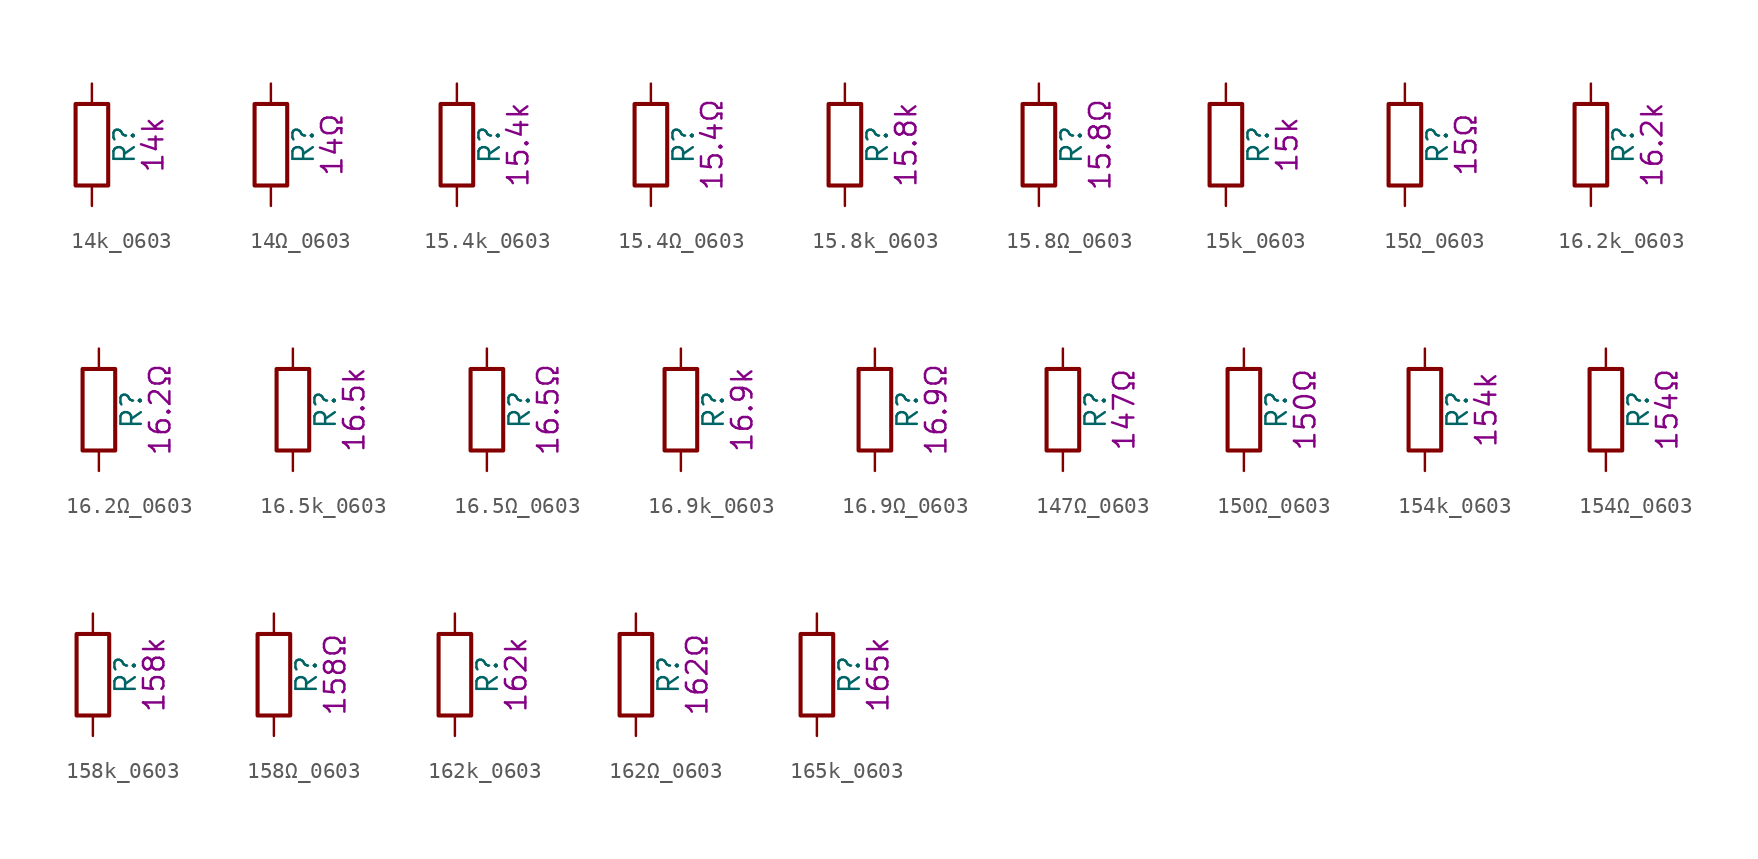
<source format=kicad_sym>
(kicad_symbol_lib
  (version 20211014)
  (generator kicad_symbol_editor)
  (symbol "14k_0603"
    (pin_numbers hide)
    (pin_names
      (offset 0))
    (property "Reference" "R"
      (at 2.032 0 90)
      (effects (font (size 1.27 1.27))))
    (property "Display" "14k"
      (at 3.81 0 90)
      (effects (font (size 1.27 1.27))))
    (symbol "14k_0603_0_1"
      (rectangle (start -1.016 -2.54) (end 1.016 2.54) (stroke (width 0.254) (type default) (color 0 0 0 0)) (fill (type none))))
    (symbol "14k_0603_1_1"
      (pin passive line (at 0 3.81 270) (length 1.27) (name "~" (effects (font (size 1.27 1.27)))) (number "1" (effects (font (size 1.27 1.27)))))
      (pin passive line (at 0 -3.81 90) (length 1.27) (name "~" (effects (font (size 1.27 1.27)))) (number "2" (effects (font (size 1.27 1.27)))))))
  (symbol "14Ω_0603"
    (pin_numbers hide)
    (pin_names
      (offset 0))
    (property "Reference" "R"
      (at 2.032 0 90)
      (effects (font (size 1.27 1.27))))
    (property "Display" "14Ω"
      (at 3.81 0 90)
      (effects (font (size 1.27 1.27))))
    (symbol "14Ω_0603_0_1"
      (rectangle (start -1.016 -2.54) (end 1.016 2.54) (stroke (width 0.254) (type default) (color 0 0 0 0)) (fill (type none))))
    (symbol "14Ω_0603_1_1"
      (pin passive line (at 0 3.81 270) (length 1.27) (name "~" (effects (font (size 1.27 1.27)))) (number "1" (effects (font (size 1.27 1.27)))))
      (pin passive line (at 0 -3.81 90) (length 1.27) (name "~" (effects (font (size 1.27 1.27)))) (number "2" (effects (font (size 1.27 1.27)))))))
  (symbol "15.4k_0603"
    (pin_numbers hide)
    (pin_names
      (offset 0))
    (property "Reference" "R"
      (at 2.032 0 90)
      (effects (font (size 1.27 1.27))))
    (property "Display" "15.4k"
      (at 3.81 0 90)
      (effects (font (size 1.27 1.27))))
    (symbol "15.4k_0603_0_1"
      (rectangle (start -1.016 -2.54) (end 1.016 2.54) (stroke (width 0.254) (type default) (color 0 0 0 0)) (fill (type none))))
    (symbol "15.4k_0603_1_1"
      (pin passive line (at 0 3.81 270) (length 1.27) (name "~" (effects (font (size 1.27 1.27)))) (number "1" (effects (font (size 1.27 1.27)))))
      (pin passive line (at 0 -3.81 90) (length 1.27) (name "~" (effects (font (size 1.27 1.27)))) (number "2" (effects (font (size 1.27 1.27)))))))
  (symbol "15.4Ω_0603"
    (pin_numbers hide)
    (pin_names
      (offset 0))
    (property "Reference" "R"
      (at 2.032 0 90)
      (effects (font (size 1.27 1.27))))
    (property "Display" "15.4Ω"
      (at 3.81 0 90)
      (effects (font (size 1.27 1.27))))
    (symbol "15.4Ω_0603_0_1"
      (rectangle (start -1.016 -2.54) (end 1.016 2.54) (stroke (width 0.254) (type default) (color 0 0 0 0)) (fill (type none))))
    (symbol "15.4Ω_0603_1_1"
      (pin passive line (at 0 3.81 270) (length 1.27) (name "~" (effects (font (size 1.27 1.27)))) (number "1" (effects (font (size 1.27 1.27)))))
      (pin passive line (at 0 -3.81 90) (length 1.27) (name "~" (effects (font (size 1.27 1.27)))) (number "2" (effects (font (size 1.27 1.27)))))))
  (symbol "15.8k_0603"
    (pin_numbers hide)
    (pin_names
      (offset 0))
    (property "Reference" "R"
      (at 2.032 0 90)
      (effects (font (size 1.27 1.27))))
    (property "Display" "15.8k"
      (at 3.81 0 90)
      (effects (font (size 1.27 1.27))))
    (symbol "15.8k_0603_0_1"
      (rectangle (start -1.016 -2.54) (end 1.016 2.54) (stroke (width 0.254) (type default) (color 0 0 0 0)) (fill (type none))))
    (symbol "15.8k_0603_1_1"
      (pin passive line (at 0 3.81 270) (length 1.27) (name "~" (effects (font (size 1.27 1.27)))) (number "1" (effects (font (size 1.27 1.27)))))
      (pin passive line (at 0 -3.81 90) (length 1.27) (name "~" (effects (font (size 1.27 1.27)))) (number "2" (effects (font (size 1.27 1.27)))))))
  (symbol "15.8Ω_0603"
    (pin_numbers hide)
    (pin_names
      (offset 0))
    (property "Reference" "R"
      (at 2.032 0 90)
      (effects (font (size 1.27 1.27))))
    (property "Display" "15.8Ω"
      (at 3.81 0 90)
      (effects (font (size 1.27 1.27))))
    (symbol "15.8Ω_0603_0_1"
      (rectangle (start -1.016 -2.54) (end 1.016 2.54) (stroke (width 0.254) (type default) (color 0 0 0 0)) (fill (type none))))
    (symbol "15.8Ω_0603_1_1"
      (pin passive line (at 0 3.81 270) (length 1.27) (name "~" (effects (font (size 1.27 1.27)))) (number "1" (effects (font (size 1.27 1.27)))))
      (pin passive line (at 0 -3.81 90) (length 1.27) (name "~" (effects (font (size 1.27 1.27)))) (number "2" (effects (font (size 1.27 1.27)))))))
  (symbol "15k_0603"
    (pin_numbers hide)
    (pin_names
      (offset 0))
    (property "Reference" "R"
      (at 2.032 0 90)
      (effects (font (size 1.27 1.27))))
    (property "Display" "15k"
      (at 3.81 0 90)
      (effects (font (size 1.27 1.27))))
    (symbol "15k_0603_0_1"
      (rectangle (start -1.016 -2.54) (end 1.016 2.54) (stroke (width 0.254) (type default) (color 0 0 0 0)) (fill (type none))))
    (symbol "15k_0603_1_1"
      (pin passive line (at 0 3.81 270) (length 1.27) (name "~" (effects (font (size 1.27 1.27)))) (number "1" (effects (font (size 1.27 1.27)))))
      (pin passive line (at 0 -3.81 90) (length 1.27) (name "~" (effects (font (size 1.27 1.27)))) (number "2" (effects (font (size 1.27 1.27)))))))
  (symbol "15Ω_0603"
    (pin_numbers hide)
    (pin_names
      (offset 0))
    (property "Reference" "R"
      (at 2.032 0 90)
      (effects (font (size 1.27 1.27))))
    (property "Display" "15Ω"
      (at 3.81 0 90)
      (effects (font (size 1.27 1.27))))
    (symbol "15Ω_0603_0_1"
      (rectangle (start -1.016 -2.54) (end 1.016 2.54) (stroke (width 0.254) (type default) (color 0 0 0 0)) (fill (type none))))
    (symbol "15Ω_0603_1_1"
      (pin passive line (at 0 3.81 270) (length 1.27) (name "~" (effects (font (size 1.27 1.27)))) (number "1" (effects (font (size 1.27 1.27)))))
      (pin passive line (at 0 -3.81 90) (length 1.27) (name "~" (effects (font (size 1.27 1.27)))) (number "2" (effects (font (size 1.27 1.27)))))))
  (symbol "16.2k_0603"
    (pin_numbers hide)
    (pin_names
      (offset 0))
    (property "Reference" "R"
      (at 2.032 0 90)
      (effects (font (size 1.27 1.27))))
    (property "Display" "16.2k"
      (at 3.81 0 90)
      (effects (font (size 1.27 1.27))))
    (symbol "16.2k_0603_0_1"
      (rectangle (start -1.016 -2.54) (end 1.016 2.54) (stroke (width 0.254) (type default) (color 0 0 0 0)) (fill (type none))))
    (symbol "16.2k_0603_1_1"
      (pin passive line (at 0 3.81 270) (length 1.27) (name "~" (effects (font (size 1.27 1.27)))) (number "1" (effects (font (size 1.27 1.27)))))
      (pin passive line (at 0 -3.81 90) (length 1.27) (name "~" (effects (font (size 1.27 1.27)))) (number "2" (effects (font (size 1.27 1.27)))))))
  (symbol "16.2Ω_0603"
    (pin_numbers hide)
    (pin_names
      (offset 0))
    (property "Reference" "R"
      (at 2.032 0 90)
      (effects (font (size 1.27 1.27))))
    (property "Display" "16.2Ω"
      (at 3.81 0 90)
      (effects (font (size 1.27 1.27))))
    (symbol "16.2Ω_0603_0_1"
      (rectangle (start -1.016 -2.54) (end 1.016 2.54) (stroke (width 0.254) (type default) (color 0 0 0 0)) (fill (type none))))
    (symbol "16.2Ω_0603_1_1"
      (pin passive line (at 0 3.81 270) (length 1.27) (name "~" (effects (font (size 1.27 1.27)))) (number "1" (effects (font (size 1.27 1.27)))))
      (pin passive line (at 0 -3.81 90) (length 1.27) (name "~" (effects (font (size 1.27 1.27)))) (number "2" (effects (font (size 1.27 1.27)))))))
  (symbol "16.5k_0603"
    (pin_numbers hide)
    (pin_names
      (offset 0))
    (property "Reference" "R"
      (at 2.032 0 90)
      (effects (font (size 1.27 1.27))))
    (property "Display" "16.5k"
      (at 3.81 0 90)
      (effects (font (size 1.27 1.27))))
    (symbol "16.5k_0603_0_1"
      (rectangle (start -1.016 -2.54) (end 1.016 2.54) (stroke (width 0.254) (type default) (color 0 0 0 0)) (fill (type none))))
    (symbol "16.5k_0603_1_1"
      (pin passive line (at 0 3.81 270) (length 1.27) (name "~" (effects (font (size 1.27 1.27)))) (number "1" (effects (font (size 1.27 1.27)))))
      (pin passive line (at 0 -3.81 90) (length 1.27) (name "~" (effects (font (size 1.27 1.27)))) (number "2" (effects (font (size 1.27 1.27)))))))
  (symbol "16.5Ω_0603"
    (pin_numbers hide)
    (pin_names
      (offset 0))
    (property "Reference" "R"
      (at 2.032 0 90)
      (effects (font (size 1.27 1.27))))
    (property "Display" "16.5Ω"
      (at 3.81 0 90)
      (effects (font (size 1.27 1.27))))
    (symbol "16.5Ω_0603_0_1"
      (rectangle (start -1.016 -2.54) (end 1.016 2.54) (stroke (width 0.254) (type default) (color 0 0 0 0)) (fill (type none))))
    (symbol "16.5Ω_0603_1_1"
      (pin passive line (at 0 3.81 270) (length 1.27) (name "~" (effects (font (size 1.27 1.27)))) (number "1" (effects (font (size 1.27 1.27)))))
      (pin passive line (at 0 -3.81 90) (length 1.27) (name "~" (effects (font (size 1.27 1.27)))) (number "2" (effects (font (size 1.27 1.27)))))))
  (symbol "16.9k_0603"
    (pin_numbers hide)
    (pin_names
      (offset 0))
    (property "Reference" "R"
      (at 2.032 0 90)
      (effects (font (size 1.27 1.27))))
    (property "Display" "16.9k"
      (at 3.81 0 90)
      (effects (font (size 1.27 1.27))))
    (symbol "16.9k_0603_0_1"
      (rectangle (start -1.016 -2.54) (end 1.016 2.54) (stroke (width 0.254) (type default) (color 0 0 0 0)) (fill (type none))))
    (symbol "16.9k_0603_1_1"
      (pin passive line (at 0 3.81 270) (length 1.27) (name "~" (effects (font (size 1.27 1.27)))) (number "1" (effects (font (size 1.27 1.27)))))
      (pin passive line (at 0 -3.81 90) (length 1.27) (name "~" (effects (font (size 1.27 1.27)))) (number "2" (effects (font (size 1.27 1.27)))))))
  (symbol "16.9Ω_0603"
    (pin_numbers hide)
    (pin_names
      (offset 0))
    (property "Reference" "R"
      (at 2.032 0 90)
      (effects (font (size 1.27 1.27))))
    (property "Display" "16.9Ω"
      (at 3.81 0 90)
      (effects (font (size 1.27 1.27))))
    (symbol "16.9Ω_0603_0_1"
      (rectangle (start -1.016 -2.54) (end 1.016 2.54) (stroke (width 0.254) (type default) (color 0 0 0 0)) (fill (type none))))
    (symbol "16.9Ω_0603_1_1"
      (pin passive line (at 0 3.81 270) (length 1.27) (name "~" (effects (font (size 1.27 1.27)))) (number "1" (effects (font (size 1.27 1.27)))))
      (pin passive line (at 0 -3.81 90) (length 1.27) (name "~" (effects (font (size 1.27 1.27)))) (number "2" (effects (font (size 1.27 1.27)))))))
  (symbol "147Ω_0603"
    (pin_numbers hide)
    (pin_names
      (offset 0))
    (property "Reference" "R"
      (at 2.032 0 90)
      (effects (font (size 1.27 1.27))))
    (property "Display" "147Ω"
      (at 3.81 0 90)
      (effects (font (size 1.27 1.27))))
    (symbol "147Ω_0603_0_1"
      (rectangle (start -1.016 -2.54) (end 1.016 2.54) (stroke (width 0.254) (type default) (color 0 0 0 0)) (fill (type none))))
    (symbol "147Ω_0603_1_1"
      (pin passive line (at 0 3.81 270) (length 1.27) (name "~" (effects (font (size 1.27 1.27)))) (number "1" (effects (font (size 1.27 1.27)))))
      (pin passive line (at 0 -3.81 90) (length 1.27) (name "~" (effects (font (size 1.27 1.27)))) (number "2" (effects (font (size 1.27 1.27)))))))
  (symbol "150Ω_0603"
    (pin_numbers hide)
    (pin_names
      (offset 0))
    (property "Reference" "R"
      (at 2.032 0 90)
      (effects (font (size 1.27 1.27))))
    (property "Display" "150Ω"
      (at 3.81 0 90)
      (effects (font (size 1.27 1.27))))
    (symbol "150Ω_0603_0_1"
      (rectangle (start -1.016 -2.54) (end 1.016 2.54) (stroke (width 0.254) (type default) (color 0 0 0 0)) (fill (type none))))
    (symbol "150Ω_0603_1_1"
      (pin passive line (at 0 3.81 270) (length 1.27) (name "~" (effects (font (size 1.27 1.27)))) (number "1" (effects (font (size 1.27 1.27)))))
      (pin passive line (at 0 -3.81 90) (length 1.27) (name "~" (effects (font (size 1.27 1.27)))) (number "2" (effects (font (size 1.27 1.27)))))))
  (symbol "154k_0603"
    (pin_numbers hide)
    (pin_names
      (offset 0))
    (property "Reference" "R"
      (at 2.032 0 90)
      (effects (font (size 1.27 1.27))))
    (property "Display" "154k"
      (at 3.81 0 90)
      (effects (font (size 1.27 1.27))))
    (symbol "154k_0603_0_1"
      (rectangle (start -1.016 -2.54) (end 1.016 2.54) (stroke (width 0.254) (type default) (color 0 0 0 0)) (fill (type none))))
    (symbol "154k_0603_1_1"
      (pin passive line (at 0 3.81 270) (length 1.27) (name "~" (effects (font (size 1.27 1.27)))) (number "1" (effects (font (size 1.27 1.27)))))
      (pin passive line (at 0 -3.81 90) (length 1.27) (name "~" (effects (font (size 1.27 1.27)))) (number "2" (effects (font (size 1.27 1.27)))))))
  (symbol "154Ω_0603"
    (pin_numbers hide)
    (pin_names
      (offset 0))
    (property "Reference" "R"
      (at 2.032 0 90)
      (effects (font (size 1.27 1.27))))
    (property "Display" "154Ω"
      (at 3.81 0 90)
      (effects (font (size 1.27 1.27))))
    (symbol "154Ω_0603_0_1"
      (rectangle (start -1.016 -2.54) (end 1.016 2.54) (stroke (width 0.254) (type default) (color 0 0 0 0)) (fill (type none))))
    (symbol "154Ω_0603_1_1"
      (pin passive line (at 0 3.81 270) (length 1.27) (name "~" (effects (font (size 1.27 1.27)))) (number "1" (effects (font (size 1.27 1.27)))))
      (pin passive line (at 0 -3.81 90) (length 1.27) (name "~" (effects (font (size 1.27 1.27)))) (number "2" (effects (font (size 1.27 1.27)))))))
  (symbol "158k_0603"
    (pin_numbers hide)
    (pin_names
      (offset 0))
    (property "Reference" "R"
      (at 2.032 0 90)
      (effects (font (size 1.27 1.27))))
    (property "Display" "158k"
      (at 3.81 0 90)
      (effects (font (size 1.27 1.27))))
    (symbol "158k_0603_0_1"
      (rectangle (start -1.016 -2.54) (end 1.016 2.54) (stroke (width 0.254) (type default) (color 0 0 0 0)) (fill (type none))))
    (symbol "158k_0603_1_1"
      (pin passive line (at 0 3.81 270) (length 1.27) (name "~" (effects (font (size 1.27 1.27)))) (number "1" (effects (font (size 1.27 1.27)))))
      (pin passive line (at 0 -3.81 90) (length 1.27) (name "~" (effects (font (size 1.27 1.27)))) (number "2" (effects (font (size 1.27 1.27)))))))
  (symbol "158Ω_0603"
    (pin_numbers hide)
    (pin_names
      (offset 0))
    (property "Reference" "R"
      (at 2.032 0 90)
      (effects (font (size 1.27 1.27))))
    (property "Display" "158Ω"
      (at 3.81 0 90)
      (effects (font (size 1.27 1.27))))
    (symbol "158Ω_0603_0_1"
      (rectangle (start -1.016 -2.54) (end 1.016 2.54) (stroke (width 0.254) (type default) (color 0 0 0 0)) (fill (type none))))
    (symbol "158Ω_0603_1_1"
      (pin passive line (at 0 3.81 270) (length 1.27) (name "~" (effects (font (size 1.27 1.27)))) (number "1" (effects (font (size 1.27 1.27)))))
      (pin passive line (at 0 -3.81 90) (length 1.27) (name "~" (effects (font (size 1.27 1.27)))) (number "2" (effects (font (size 1.27 1.27)))))))
  (symbol "162k_0603"
    (pin_numbers hide)
    (pin_names
      (offset 0))
    (property "Reference" "R"
      (at 2.032 0 90)
      (effects (font (size 1.27 1.27))))
    (property "Display" "162k"
      (at 3.81 0 90)
      (effects (font (size 1.27 1.27))))
    (symbol "162k_0603_0_1"
      (rectangle (start -1.016 -2.54) (end 1.016 2.54) (stroke (width 0.254) (type default) (color 0 0 0 0)) (fill (type none))))
    (symbol "162k_0603_1_1"
      (pin passive line (at 0 3.81 270) (length 1.27) (name "~" (effects (font (size 1.27 1.27)))) (number "1" (effects (font (size 1.27 1.27)))))
      (pin passive line (at 0 -3.81 90) (length 1.27) (name "~" (effects (font (size 1.27 1.27)))) (number "2" (effects (font (size 1.27 1.27)))))))
  (symbol "162Ω_0603"
    (pin_numbers hide)
    (pin_names
      (offset 0))
    (property "Reference" "R"
      (at 2.032 0 90)
      (effects (font (size 1.27 1.27))))
    (property "Display" "162Ω"
      (at 3.81 0 90)
      (effects (font (size 1.27 1.27))))
    (symbol "162Ω_0603_0_1"
      (rectangle (start -1.016 -2.54) (end 1.016 2.54) (stroke (width 0.254) (type default) (color 0 0 0 0)) (fill (type none))))
    (symbol "162Ω_0603_1_1"
      (pin passive line (at 0 3.81 270) (length 1.27) (name "~" (effects (font (size 1.27 1.27)))) (number "1" (effects (font (size 1.27 1.27)))))
      (pin passive line (at 0 -3.81 90) (length 1.27) (name "~" (effects (font (size 1.27 1.27)))) (number "2" (effects (font (size 1.27 1.27)))))))
  (symbol "165k_0603"
    (pin_numbers hide)
    (pin_names
      (offset 0))
    (property "Reference" "R"
      (at 2.032 0 90)
      (effects (font (size 1.27 1.27))))
    (property "Display" "165k"
      (at 3.81 0 90)
      (effects (font (size 1.27 1.27))))
    (symbol "165k_0603_0_1"
      (rectangle (start -1.016 -2.54) (end 1.016 2.54) (stroke (width 0.254) (type default) (color 0 0 0 0)) (fill (type none))))
    (symbol "165k_0603_1_1"
      (pin passive line (at 0 3.81 270) (length 1.27) (name "~" (effects (font (size 1.27 1.27)))) (number "1" (effects (font (size 1.27 1.27)))))
      (pin passive line (at 0 -3.81 90) (length 1.27) (name "~" (effects (font (size 1.27 1.27)))) (number "2" (effects (font (size 1.27 1.27))))))))
</source>
